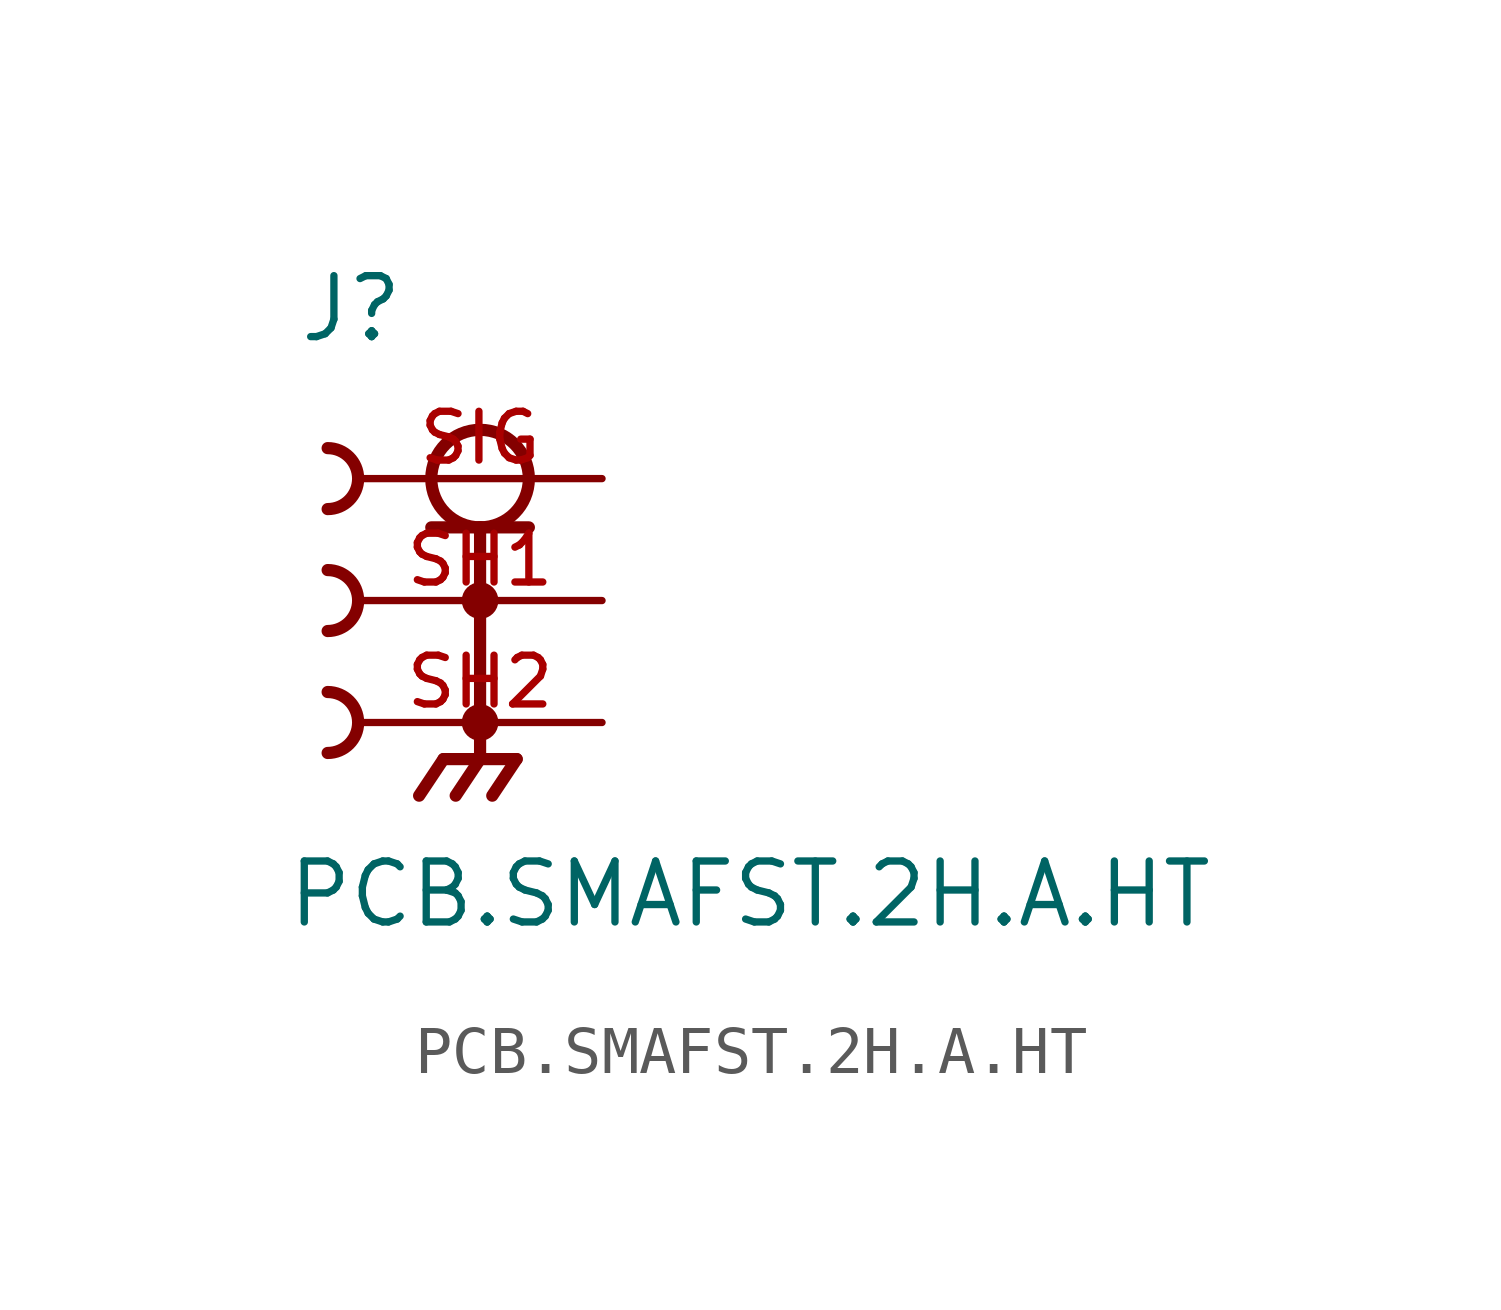
<source format=kicad_sym>
(kicad_symbol_lib
  (version 20211014)
  (generator kicad_symbol_editor)
  (symbol "PCB.SMAFST.2H.A.HT"
    (pin_names
      (offset 1.016))
    (property "Reference" "J"
      (at -3.81 2.794 0)
      (effects (font (size 1.27 1.27)) (justify bottom left)))
    (property "Value" "PCB.SMAFST.2H.A.HT"
      (at -4.064 -9.398 0)
      (effects (font (size 1.27 1.27)) (justify bottom left)))
    (symbol "PCB.SMAFST.2H.A.HT_0_0"
      (circle (center 0.0 0.0) (radius 1.016) (stroke (width 0.254)) (fill (type none)))
      (polyline (pts (xy -1.016 -1.016) (xy 0.0 -1.016)) (stroke (width 0.254)))
      (polyline (pts (xy 0.0 -1.016) (xy 1.016 -1.016)) (stroke (width 0.254)))
      (polyline (pts (xy 0.0 -1.016) (xy 0.0 -5.842)) (stroke (width 0.254)))
      (circle (center 0.0 -2.54) (radius 0.254) (stroke (width 0.254)) (fill (type none)))
      (polyline (pts (xy 0.0 -5.842) (xy -0.762 -5.842)) (stroke (width 0.254)))
      (polyline (pts (xy 0.0 -5.842) (xy 0.762 -5.842)) (stroke (width 0.254)))
      (polyline (pts (xy -0.762 -5.842) (xy -1.27 -6.604)) (stroke (width 0.254)))
      (polyline (pts (xy 0.0 -5.842) (xy -0.508 -6.604)) (stroke (width 0.254)))
      (polyline (pts (xy 0.762 -5.842) (xy 0.254 -6.604)) (stroke (width 0.254)))
      (arc (start -3.175 0.635) (mid -2.54 -0.0) (end -3.175 -0.635) (stroke (width 0.254) (type default) (color 0 0 0 0)) (fill (type none)))
      (arc (start -3.175 -1.905) (mid -2.54 -2.54) (end -3.175 -3.175) (stroke (width 0.254) (type default) (color 0 0 0 0)) (fill (type none)))
      (circle (center 0.0 -5.08) (radius 0.254) (stroke (width 0.254)) (fill (type none)))
      (arc (start -3.175 -4.445) (mid -2.54 -5.08) (end -3.175 -5.715) (stroke (width 0.254) (type default) (color 0 0 0 0)) (fill (type none)))
      (pin bidirectional line (at 2.54 0.0 180.0) (length 5.08) (name "~" (effects (font (size 1.016 1.016)))) (number "SIG" (effects (font (size 1.016 1.016)))))
      (pin passive line (at 2.54 -2.54 180.0) (length 5.08) (name "~" (effects (font (size 1.016 1.016)))) (number "SH1" (effects (font (size 1.016 1.016)))))
      (pin passive line (at 2.54 -5.08 180.0) (length 5.08) (name "~" (effects (font (size 1.016 1.016)))) (number "SH2" (effects (font (size 1.016 1.016))))))))
</source>
